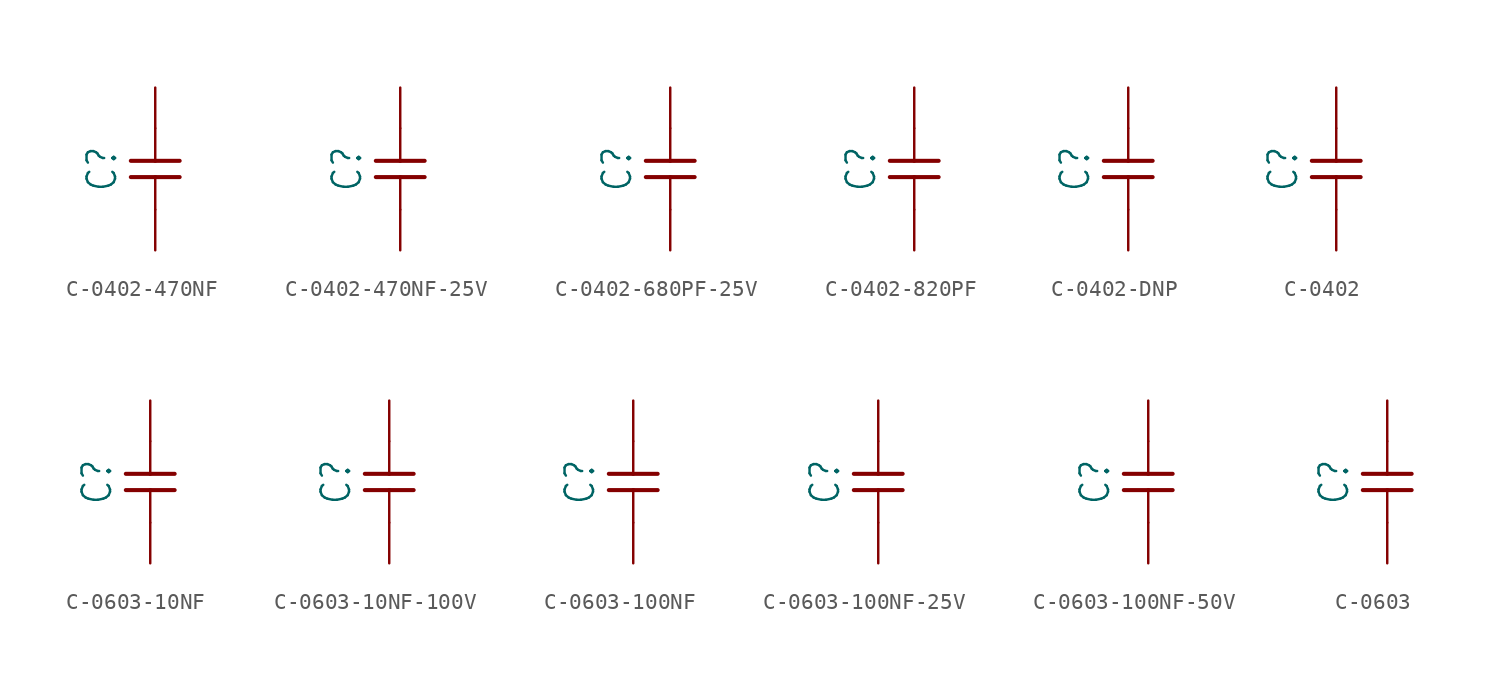
<source format=kicad_sym>
(kicad_symbol_lib
  (version 20231120)
  (generator "kicad_symbol_editor")
  (generator_version "8.0")
  (symbol "C-0402-470NF"
    (property "Reference" "C"
      (at -2.286 0 90)
      (effects (font (size 1.778 1.511)) (justify bottom)))
    (property "Value" ""
      (at 2.286 0 90)
      (effects (font (size 1.778 1.511)) (justify top)))
    (property "ki_locked" ""
      (at 0 0 0)
      (effects (font (size 1.27 1.27))))
    (symbol "C-0402-470NF_1_0"
      (polyline (pts (xy -1.524 0.508) (xy 0 0.508)) (stroke (width 0.254) (type solid)) (fill (type none)))
      (polyline (pts (xy 0 -2.54) (xy 0 -0.508)) (stroke (width 0.152) (type solid)) (fill (type none)))
      (polyline (pts (xy 0 -0.508) (xy -1.524 -0.508)) (stroke (width 0.254) (type solid)) (fill (type none)))
      (polyline (pts (xy 0 0.508) (xy 0 2.54)) (stroke (width 0.152) (type solid)) (fill (type none)))
      (polyline (pts (xy 0 0.508) (xy 1.524 0.508)) (stroke (width 0.254) (type solid)) (fill (type none)))
      (polyline (pts (xy 1.524 -0.508) (xy 0 -0.508)) (stroke (width 0.254) (type solid)) (fill (type none)))
      (pin passive line (at 0 5.08 270) (length 2.54) (name "1" (effects (font (size 0 0)))) (number "1" (effects (font (size 0 0)))))
      (pin passive line (at 0 -5.08 90) (length 2.54) (name "2" (effects (font (size 0 0)))) (number "2" (effects (font (size 0 0)))))))
  (symbol "C-0402-470NF-25V"
    (property "Reference" "C"
      (at -2.286 0 90)
      (effects (font (size 1.778 1.511)) (justify bottom)))
    (property "Value" ""
      (at 2.286 0 90)
      (effects (font (size 1.778 1.511)) (justify top)))
    (property "ki_locked" ""
      (at 0 0 0)
      (effects (font (size 1.27 1.27))))
    (symbol "C-0402-470NF-25V_1_0"
      (polyline (pts (xy -1.524 0.508) (xy 0 0.508)) (stroke (width 0.254) (type solid)) (fill (type none)))
      (polyline (pts (xy 0 -2.54) (xy 0 -0.508)) (stroke (width 0.152) (type solid)) (fill (type none)))
      (polyline (pts (xy 0 -0.508) (xy -1.524 -0.508)) (stroke (width 0.254) (type solid)) (fill (type none)))
      (polyline (pts (xy 0 0.508) (xy 0 2.54)) (stroke (width 0.152) (type solid)) (fill (type none)))
      (polyline (pts (xy 0 0.508) (xy 1.524 0.508)) (stroke (width 0.254) (type solid)) (fill (type none)))
      (polyline (pts (xy 1.524 -0.508) (xy 0 -0.508)) (stroke (width 0.254) (type solid)) (fill (type none)))
      (pin passive line (at 0 5.08 270) (length 2.54) (name "1" (effects (font (size 0 0)))) (number "1" (effects (font (size 0 0)))))
      (pin passive line (at 0 -5.08 90) (length 2.54) (name "2" (effects (font (size 0 0)))) (number "2" (effects (font (size 0 0)))))))
  (symbol "C-0402-680PF-25V"
    (property "Reference" "C"
      (at -2.286 0 90)
      (effects (font (size 1.778 1.511)) (justify bottom)))
    (property "Value" ""
      (at 2.286 0 90)
      (effects (font (size 1.778 1.511)) (justify top)))
    (property "ki_locked" ""
      (at 0 0 0)
      (effects (font (size 1.27 1.27))))
    (symbol "C-0402-680PF-25V_1_0"
      (polyline (pts (xy -1.524 0.508) (xy 0 0.508)) (stroke (width 0.254) (type solid)) (fill (type none)))
      (polyline (pts (xy 0 -2.54) (xy 0 -0.508)) (stroke (width 0.152) (type solid)) (fill (type none)))
      (polyline (pts (xy 0 -0.508) (xy -1.524 -0.508)) (stroke (width 0.254) (type solid)) (fill (type none)))
      (polyline (pts (xy 0 0.508) (xy 0 2.54)) (stroke (width 0.152) (type solid)) (fill (type none)))
      (polyline (pts (xy 0 0.508) (xy 1.524 0.508)) (stroke (width 0.254) (type solid)) (fill (type none)))
      (polyline (pts (xy 1.524 -0.508) (xy 0 -0.508)) (stroke (width 0.254) (type solid)) (fill (type none)))
      (pin passive line (at 0 5.08 270) (length 2.54) (name "1" (effects (font (size 0 0)))) (number "1" (effects (font (size 0 0)))))
      (pin passive line (at 0 -5.08 90) (length 2.54) (name "2" (effects (font (size 0 0)))) (number "2" (effects (font (size 0 0)))))))
  (symbol "C-0402-820PF"
    (property "Reference" "C"
      (at -2.286 0 90)
      (effects (font (size 1.778 1.511)) (justify bottom)))
    (property "Value" ""
      (at 2.286 0 90)
      (effects (font (size 1.778 1.511)) (justify top)))
    (property "ki_locked" ""
      (at 0 0 0)
      (effects (font (size 1.27 1.27))))
    (symbol "C-0402-820PF_1_0"
      (polyline (pts (xy -1.524 0.508) (xy 0 0.508)) (stroke (width 0.254) (type solid)) (fill (type none)))
      (polyline (pts (xy 0 -2.54) (xy 0 -0.508)) (stroke (width 0.152) (type solid)) (fill (type none)))
      (polyline (pts (xy 0 -0.508) (xy -1.524 -0.508)) (stroke (width 0.254) (type solid)) (fill (type none)))
      (polyline (pts (xy 0 0.508) (xy 0 2.54)) (stroke (width 0.152) (type solid)) (fill (type none)))
      (polyline (pts (xy 0 0.508) (xy 1.524 0.508)) (stroke (width 0.254) (type solid)) (fill (type none)))
      (polyline (pts (xy 1.524 -0.508) (xy 0 -0.508)) (stroke (width 0.254) (type solid)) (fill (type none)))
      (pin passive line (at 0 5.08 270) (length 2.54) (name "1" (effects (font (size 0 0)))) (number "1" (effects (font (size 0 0)))))
      (pin passive line (at 0 -5.08 90) (length 2.54) (name "2" (effects (font (size 0 0)))) (number "2" (effects (font (size 0 0)))))))
  (symbol "C-0402-DNP"
    (property "Reference" "C"
      (at -2.286 0 90)
      (effects (font (size 1.778 1.511)) (justify bottom)))
    (property "Value" ""
      (at 2.286 0 90)
      (effects (font (size 1.778 1.511)) (justify top)))
    (property "ki_locked" ""
      (at 0 0 0)
      (effects (font (size 1.27 1.27))))
    (symbol "C-0402-DNP_1_0"
      (polyline (pts (xy -1.524 0.508) (xy 0 0.508)) (stroke (width 0.254) (type solid)) (fill (type none)))
      (polyline (pts (xy 0 -2.54) (xy 0 -0.508)) (stroke (width 0.152) (type solid)) (fill (type none)))
      (polyline (pts (xy 0 -0.508) (xy -1.524 -0.508)) (stroke (width 0.254) (type solid)) (fill (type none)))
      (polyline (pts (xy 0 0.508) (xy 0 2.54)) (stroke (width 0.152) (type solid)) (fill (type none)))
      (polyline (pts (xy 0 0.508) (xy 1.524 0.508)) (stroke (width 0.254) (type solid)) (fill (type none)))
      (polyline (pts (xy 1.524 -0.508) (xy 0 -0.508)) (stroke (width 0.254) (type solid)) (fill (type none)))
      (pin passive line (at 0 5.08 270) (length 2.54) (name "1" (effects (font (size 0 0)))) (number "1" (effects (font (size 0 0)))))
      (pin passive line (at 0 -5.08 90) (length 2.54) (name "2" (effects (font (size 0 0)))) (number "2" (effects (font (size 0 0)))))))
  (symbol "C-0402"
    (property "Reference" "C"
      (at -2.286 0 90)
      (effects (font (size 1.778 1.511)) (justify bottom)))
    (property "Value" ""
      (at 2.286 0 90)
      (effects (font (size 1.778 1.511)) (justify top)))
    (property "ki_locked" ""
      (at 0 0 0)
      (effects (font (size 1.27 1.27))))
    (symbol "C-0402_1_0"
      (polyline (pts (xy -1.524 0.508) (xy 0 0.508)) (stroke (width 0.254) (type solid)) (fill (type none)))
      (polyline (pts (xy 0 -2.54) (xy 0 -0.508)) (stroke (width 0.152) (type solid)) (fill (type none)))
      (polyline (pts (xy 0 -0.508) (xy -1.524 -0.508)) (stroke (width 0.254) (type solid)) (fill (type none)))
      (polyline (pts (xy 0 0.508) (xy 0 2.54)) (stroke (width 0.152) (type solid)) (fill (type none)))
      (polyline (pts (xy 0 0.508) (xy 1.524 0.508)) (stroke (width 0.254) (type solid)) (fill (type none)))
      (polyline (pts (xy 1.524 -0.508) (xy 0 -0.508)) (stroke (width 0.254) (type solid)) (fill (type none)))
      (pin passive line (at 0 5.08 270) (length 2.54) (name "1" (effects (font (size 0 0)))) (number "1" (effects (font (size 0 0)))))
      (pin passive line (at 0 -5.08 90) (length 2.54) (name "2" (effects (font (size 0 0)))) (number "2" (effects (font (size 0 0)))))))
  (symbol "C-0603-10NF"
    (property "Reference" "C"
      (at -2.286 0 90)
      (effects (font (size 1.778 1.511)) (justify bottom)))
    (property "Value" ""
      (at 2.286 0 90)
      (effects (font (size 1.778 1.511)) (justify top)))
    (property "ki_locked" ""
      (at 0 0 0)
      (effects (font (size 1.27 1.27))))
    (symbol "C-0603-10NF_1_0"
      (polyline (pts (xy -1.524 0.508) (xy 0 0.508)) (stroke (width 0.254) (type solid)) (fill (type none)))
      (polyline (pts (xy 0 -2.54) (xy 0 -0.508)) (stroke (width 0.152) (type solid)) (fill (type none)))
      (polyline (pts (xy 0 -0.508) (xy -1.524 -0.508)) (stroke (width 0.254) (type solid)) (fill (type none)))
      (polyline (pts (xy 0 0.508) (xy 0 2.54)) (stroke (width 0.152) (type solid)) (fill (type none)))
      (polyline (pts (xy 0 0.508) (xy 1.524 0.508)) (stroke (width 0.254) (type solid)) (fill (type none)))
      (polyline (pts (xy 1.524 -0.508) (xy 0 -0.508)) (stroke (width 0.254) (type solid)) (fill (type none)))
      (pin passive line (at 0 5.08 270) (length 2.54) (name "1" (effects (font (size 0 0)))) (number "1" (effects (font (size 0 0)))))
      (pin passive line (at 0 -5.08 90) (length 2.54) (name "2" (effects (font (size 0 0)))) (number "2" (effects (font (size 0 0)))))))
  (symbol "C-0603-10NF-100V"
    (property "Reference" "C"
      (at -2.286 0 90)
      (effects (font (size 1.778 1.511)) (justify bottom)))
    (property "Value" ""
      (at 2.286 0 90)
      (effects (font (size 1.778 1.511)) (justify top)))
    (property "ki_locked" ""
      (at 0 0 0)
      (effects (font (size 1.27 1.27))))
    (symbol "C-0603-10NF-100V_1_0"
      (polyline (pts (xy -1.524 0.508) (xy 0 0.508)) (stroke (width 0.254) (type solid)) (fill (type none)))
      (polyline (pts (xy 0 -2.54) (xy 0 -0.508)) (stroke (width 0.152) (type solid)) (fill (type none)))
      (polyline (pts (xy 0 -0.508) (xy -1.524 -0.508)) (stroke (width 0.254) (type solid)) (fill (type none)))
      (polyline (pts (xy 0 0.508) (xy 0 2.54)) (stroke (width 0.152) (type solid)) (fill (type none)))
      (polyline (pts (xy 0 0.508) (xy 1.524 0.508)) (stroke (width 0.254) (type solid)) (fill (type none)))
      (polyline (pts (xy 1.524 -0.508) (xy 0 -0.508)) (stroke (width 0.254) (type solid)) (fill (type none)))
      (pin passive line (at 0 5.08 270) (length 2.54) (name "1" (effects (font (size 0 0)))) (number "1" (effects (font (size 0 0)))))
      (pin passive line (at 0 -5.08 90) (length 2.54) (name "2" (effects (font (size 0 0)))) (number "2" (effects (font (size 0 0)))))))
  (symbol "C-0603-100NF"
    (property "Reference" "C"
      (at -2.286 0 90)
      (effects (font (size 1.778 1.511)) (justify bottom)))
    (property "Value" ""
      (at 2.286 0 90)
      (effects (font (size 1.778 1.511)) (justify top)))
    (property "ki_locked" ""
      (at 0 0 0)
      (effects (font (size 1.27 1.27))))
    (symbol "C-0603-100NF_1_0"
      (polyline (pts (xy -1.524 0.508) (xy 0 0.508)) (stroke (width 0.254) (type solid)) (fill (type none)))
      (polyline (pts (xy 0 -2.54) (xy 0 -0.508)) (stroke (width 0.152) (type solid)) (fill (type none)))
      (polyline (pts (xy 0 -0.508) (xy -1.524 -0.508)) (stroke (width 0.254) (type solid)) (fill (type none)))
      (polyline (pts (xy 0 0.508) (xy 0 2.54)) (stroke (width 0.152) (type solid)) (fill (type none)))
      (polyline (pts (xy 0 0.508) (xy 1.524 0.508)) (stroke (width 0.254) (type solid)) (fill (type none)))
      (polyline (pts (xy 1.524 -0.508) (xy 0 -0.508)) (stroke (width 0.254) (type solid)) (fill (type none)))
      (pin passive line (at 0 5.08 270) (length 2.54) (name "1" (effects (font (size 0 0)))) (number "1" (effects (font (size 0 0)))))
      (pin passive line (at 0 -5.08 90) (length 2.54) (name "2" (effects (font (size 0 0)))) (number "2" (effects (font (size 0 0)))))))
  (symbol "C-0603-100NF-25V"
    (property "Reference" "C"
      (at -2.286 0 90)
      (effects (font (size 1.778 1.511)) (justify bottom)))
    (property "Value" ""
      (at 2.286 0 90)
      (effects (font (size 1.778 1.511)) (justify top)))
    (property "ki_locked" ""
      (at 0 0 0)
      (effects (font (size 1.27 1.27))))
    (symbol "C-0603-100NF-25V_1_0"
      (polyline (pts (xy -1.524 0.508) (xy 0 0.508)) (stroke (width 0.254) (type solid)) (fill (type none)))
      (polyline (pts (xy 0 -2.54) (xy 0 -0.508)) (stroke (width 0.152) (type solid)) (fill (type none)))
      (polyline (pts (xy 0 -0.508) (xy -1.524 -0.508)) (stroke (width 0.254) (type solid)) (fill (type none)))
      (polyline (pts (xy 0 0.508) (xy 0 2.54)) (stroke (width 0.152) (type solid)) (fill (type none)))
      (polyline (pts (xy 0 0.508) (xy 1.524 0.508)) (stroke (width 0.254) (type solid)) (fill (type none)))
      (polyline (pts (xy 1.524 -0.508) (xy 0 -0.508)) (stroke (width 0.254) (type solid)) (fill (type none)))
      (pin passive line (at 0 5.08 270) (length 2.54) (name "1" (effects (font (size 0 0)))) (number "1" (effects (font (size 0 0)))))
      (pin passive line (at 0 -5.08 90) (length 2.54) (name "2" (effects (font (size 0 0)))) (number "2" (effects (font (size 0 0)))))))
  (symbol "C-0603-100NF-50V"
    (property "Reference" "C"
      (at -2.286 0 90)
      (effects (font (size 1.778 1.511)) (justify bottom)))
    (property "Value" ""
      (at 2.286 0 90)
      (effects (font (size 1.778 1.511)) (justify top)))
    (property "ki_locked" ""
      (at 0 0 0)
      (effects (font (size 1.27 1.27))))
    (symbol "C-0603-100NF-50V_1_0"
      (polyline (pts (xy -1.524 0.508) (xy 0 0.508)) (stroke (width 0.254) (type solid)) (fill (type none)))
      (polyline (pts (xy 0 -2.54) (xy 0 -0.508)) (stroke (width 0.152) (type solid)) (fill (type none)))
      (polyline (pts (xy 0 -0.508) (xy -1.524 -0.508)) (stroke (width 0.254) (type solid)) (fill (type none)))
      (polyline (pts (xy 0 0.508) (xy 0 2.54)) (stroke (width 0.152) (type solid)) (fill (type none)))
      (polyline (pts (xy 0 0.508) (xy 1.524 0.508)) (stroke (width 0.254) (type solid)) (fill (type none)))
      (polyline (pts (xy 1.524 -0.508) (xy 0 -0.508)) (stroke (width 0.254) (type solid)) (fill (type none)))
      (pin passive line (at 0 5.08 270) (length 2.54) (name "1" (effects (font (size 0 0)))) (number "1" (effects (font (size 0 0)))))
      (pin passive line (at 0 -5.08 90) (length 2.54) (name "2" (effects (font (size 0 0)))) (number "2" (effects (font (size 0 0)))))))
  (symbol "C-0603"
    (property "Reference" "C"
      (at -2.286 0 90)
      (effects (font (size 1.778 1.511)) (justify bottom)))
    (property "Value" ""
      (at 2.286 0 90)
      (effects (font (size 1.778 1.511)) (justify top)))
    (property "ki_locked" ""
      (at 0 0 0)
      (effects (font (size 1.27 1.27))))
    (symbol "C-0603_1_0"
      (polyline (pts (xy -1.524 0.508) (xy 0 0.508)) (stroke (width 0.254) (type solid)) (fill (type none)))
      (polyline (pts (xy 0 -2.54) (xy 0 -0.508)) (stroke (width 0.152) (type solid)) (fill (type none)))
      (polyline (pts (xy 0 -0.508) (xy -1.524 -0.508)) (stroke (width 0.254) (type solid)) (fill (type none)))
      (polyline (pts (xy 0 0.508) (xy 0 2.54)) (stroke (width 0.152) (type solid)) (fill (type none)))
      (polyline (pts (xy 0 0.508) (xy 1.524 0.508)) (stroke (width 0.254) (type solid)) (fill (type none)))
      (polyline (pts (xy 1.524 -0.508) (xy 0 -0.508)) (stroke (width 0.254) (type solid)) (fill (type none)))
      (pin passive line (at 0 5.08 270) (length 2.54) (name "1" (effects (font (size 0 0)))) (number "1" (effects (font (size 0 0)))))
      (pin passive line (at 0 -5.08 90) (length 2.54) (name "2" (effects (font (size 0 0)))) (number "2" (effects (font (size 0 0))))))))
</source>
